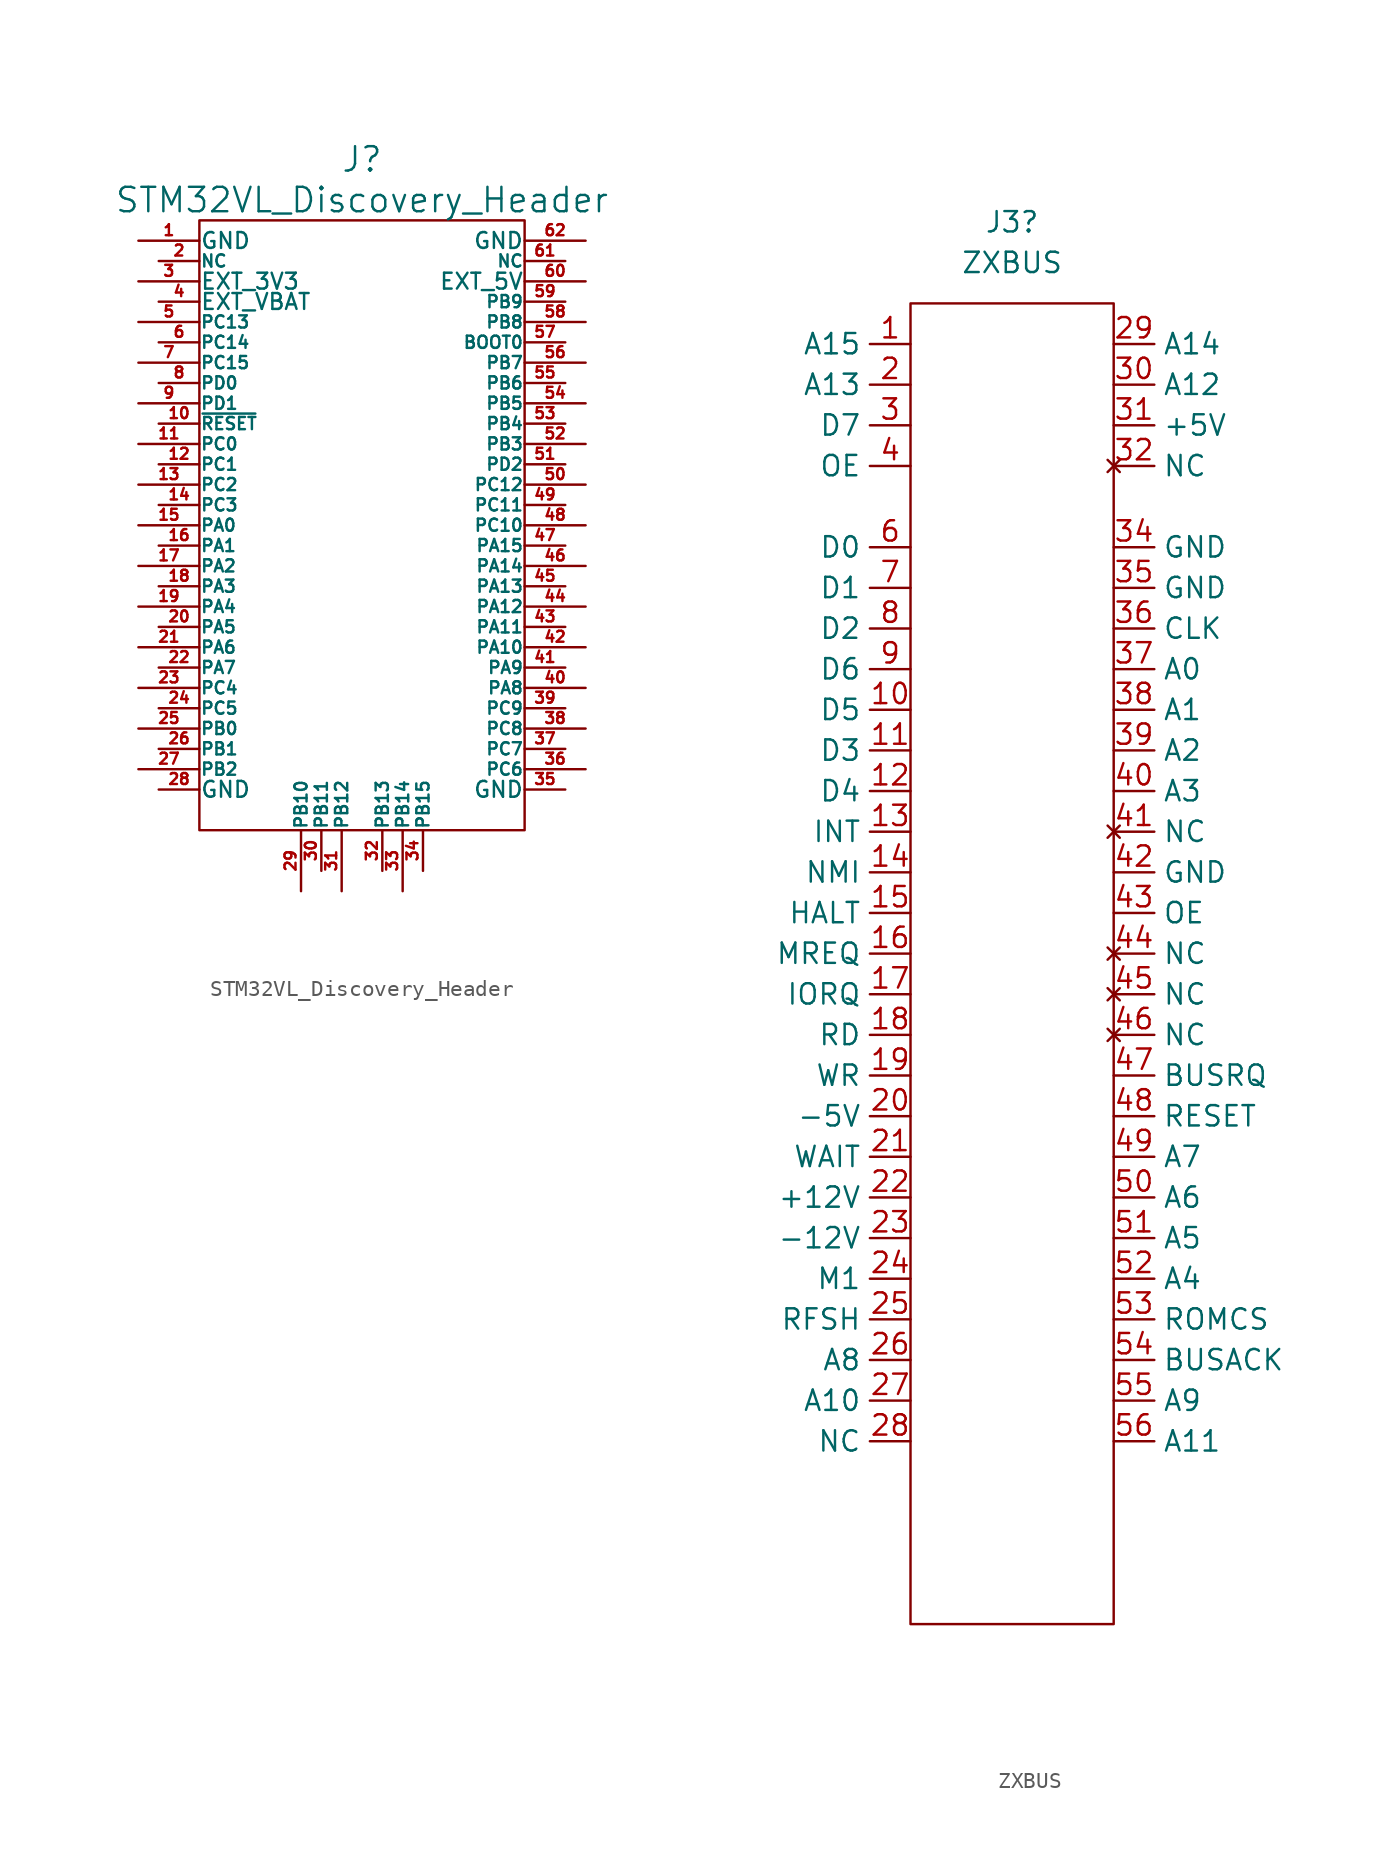
<source format=kicad_sym>
(kicad_symbol_lib
  (version 20211014)
  (generator kicad_symbol_editor)
  (symbol "STM32VL_Discovery_Header"
    (pin_names
      (offset 0.025))
    (property "Reference" "J"
      (at 0 22.86 0)
      (effects (font (size 1.524 1.524))))
    (property "Value" "STM32VL_Discovery_Header"
      (at 0 20.32 0)
      (effects (font (size 1.524 1.524))))
    (property "Footprint" ""
      (at 0 -2.54 0)
      (effects (font (size 1.524 1.524))))
    (property "Datasheet" ""
      (at 0 -2.54 0)
      (effects (font (size 1.524 1.524))))
    (symbol "STM32VL_Discovery_Header_0_1"
      (rectangle (start -10.16 19.05) (end 10.16 -19.05) (stroke (width 0) (type default) (color 0 0 0 0)) (fill (type none))))
    (symbol "STM32VL_Discovery_Header_1_1"
      (pin passive line (at -13.97 17.78 0) (length 3.81) (name "GND" (effects (font (size 0.991 0.991)))) (number "1" (effects (font (size 0.686 0.686)))))
      (pin passive line (at -12.7 6.35 0) (length 2.54) (name "~{RESET}" (effects (font (size 0.762 0.762)))) (number "10" (effects (font (size 0.686 0.686)))))
      (pin passive line (at -13.97 5.08 0) (length 3.81) (name "PC0" (effects (font (size 0.762 0.762)))) (number "11" (effects (font (size 0.686 0.686)))))
      (pin passive line (at -12.7 3.81 0) (length 2.54) (name "PC1" (effects (font (size 0.762 0.762)))) (number "12" (effects (font (size 0.686 0.686)))))
      (pin passive line (at -13.97 2.54 0) (length 3.81) (name "PC2" (effects (font (size 0.762 0.762)))) (number "13" (effects (font (size 0.686 0.686)))))
      (pin passive line (at -12.7 1.27 0) (length 2.54) (name "PC3" (effects (font (size 0.762 0.762)))) (number "14" (effects (font (size 0.686 0.686)))))
      (pin passive line (at -13.97 0 0) (length 3.81) (name "PA0" (effects (font (size 0.762 0.762)))) (number "15" (effects (font (size 0.686 0.686)))))
      (pin passive line (at -12.7 -1.27 0) (length 2.54) (name "PA1" (effects (font (size 0.762 0.762)))) (number "16" (effects (font (size 0.686 0.686)))))
      (pin passive line (at -13.97 -2.54 0) (length 3.81) (name "PA2" (effects (font (size 0.762 0.762)))) (number "17" (effects (font (size 0.686 0.686)))))
      (pin passive line (at -12.7 -3.81 0) (length 2.54) (name "PA3" (effects (font (size 0.762 0.762)))) (number "18" (effects (font (size 0.686 0.686)))))
      (pin passive line (at -13.97 -5.08 0) (length 3.81) (name "PA4" (effects (font (size 0.762 0.762)))) (number "19" (effects (font (size 0.686 0.686)))))
      (pin passive line (at -12.7 16.51 0) (length 2.54) (name "NC" (effects (font (size 0.762 0.762)))) (number "2" (effects (font (size 0.686 0.686)))))
      (pin passive line (at -12.7 -6.35 0) (length 2.54) (name "PA5" (effects (font (size 0.762 0.762)))) (number "20" (effects (font (size 0.686 0.686)))))
      (pin passive line (at -13.97 -7.62 0) (length 3.81) (name "PA6" (effects (font (size 0.762 0.762)))) (number "21" (effects (font (size 0.686 0.686)))))
      (pin passive line (at -12.7 -8.89 0) (length 2.54) (name "PA7" (effects (font (size 0.762 0.762)))) (number "22" (effects (font (size 0.686 0.686)))))
      (pin passive line (at -13.97 -10.16 0) (length 3.81) (name "PC4" (effects (font (size 0.762 0.762)))) (number "23" (effects (font (size 0.686 0.686)))))
      (pin passive line (at -12.7 -11.43 0) (length 2.54) (name "PC5" (effects (font (size 0.762 0.762)))) (number "24" (effects (font (size 0.686 0.686)))))
      (pin passive line (at -13.97 -12.7 0) (length 3.81) (name "PB0" (effects (font (size 0.762 0.762)))) (number "25" (effects (font (size 0.686 0.686)))))
      (pin passive line (at -12.7 -13.97 0) (length 2.54) (name "PB1" (effects (font (size 0.762 0.762)))) (number "26" (effects (font (size 0.686 0.686)))))
      (pin passive line (at -13.97 -15.24 0) (length 3.81) (name "PB2" (effects (font (size 0.762 0.762)))) (number "27" (effects (font (size 0.686 0.686)))))
      (pin passive line (at -12.7 -16.51 0) (length 2.54) (name "GND" (effects (font (size 0.991 0.991)))) (number "28" (effects (font (size 0.686 0.686)))))
      (pin passive line (at -3.81 -22.86 90) (length 3.81) (name "PB10" (effects (font (size 0.762 0.762)))) (number "29" (effects (font (size 0.686 0.686)))))
      (pin passive line (at -13.97 15.24 0) (length 3.81) (name "EXT_3V3" (effects (font (size 0.991 0.991)))) (number "3" (effects (font (size 0.686 0.686)))))
      (pin passive line (at -2.54 -21.59 90) (length 2.54) (name "PB11" (effects (font (size 0.762 0.762)))) (number "30" (effects (font (size 0.686 0.686)))))
      (pin passive line (at -1.27 -22.86 90) (length 3.81) (name "PB12" (effects (font (size 0.762 0.762)))) (number "31" (effects (font (size 0.686 0.686)))))
      (pin passive line (at 1.27 -21.59 90) (length 2.54) (name "PB13" (effects (font (size 0.762 0.762)))) (number "32" (effects (font (size 0.686 0.686)))))
      (pin passive line (at 2.54 -22.86 90) (length 3.81) (name "PB14" (effects (font (size 0.762 0.762)))) (number "33" (effects (font (size 0.686 0.686)))))
      (pin passive line (at 3.81 -21.59 90) (length 2.54) (name "PB15" (effects (font (size 0.762 0.762)))) (number "34" (effects (font (size 0.686 0.686)))))
      (pin passive line (at 12.7 -16.51 180) (length 2.54) (name "GND" (effects (font (size 0.991 0.991)))) (number "35" (effects (font (size 0.686 0.686)))))
      (pin passive line (at 13.97 -15.24 180) (length 3.81) (name "PC6" (effects (font (size 0.762 0.762)))) (number "36" (effects (font (size 0.686 0.686)))))
      (pin passive line (at 12.7 -13.97 180) (length 2.54) (name "PC7" (effects (font (size 0.762 0.762)))) (number "37" (effects (font (size 0.686 0.686)))))
      (pin passive line (at 13.97 -12.7 180) (length 3.81) (name "PC8" (effects (font (size 0.762 0.762)))) (number "38" (effects (font (size 0.686 0.686)))))
      (pin passive line (at 12.7 -11.43 180) (length 2.54) (name "PC9" (effects (font (size 0.762 0.762)))) (number "39" (effects (font (size 0.686 0.686)))))
      (pin passive line (at -12.7 13.97 0) (length 2.54) (name "EXT_VBAT" (effects (font (size 0.991 0.991)))) (number "4" (effects (font (size 0.686 0.686)))))
      (pin passive line (at 13.97 -10.16 180) (length 3.81) (name "PA8" (effects (font (size 0.762 0.762)))) (number "40" (effects (font (size 0.686 0.686)))))
      (pin passive line (at 12.7 -8.89 180) (length 2.54) (name "PA9" (effects (font (size 0.762 0.762)))) (number "41" (effects (font (size 0.686 0.686)))))
      (pin passive line (at 13.97 -7.62 180) (length 3.81) (name "PA10" (effects (font (size 0.762 0.762)))) (number "42" (effects (font (size 0.686 0.686)))))
      (pin passive line (at 12.7 -6.35 180) (length 2.54) (name "PA11" (effects (font (size 0.762 0.762)))) (number "43" (effects (font (size 0.686 0.686)))))
      (pin passive line (at 13.97 -5.08 180) (length 3.81) (name "PA12" (effects (font (size 0.762 0.762)))) (number "44" (effects (font (size 0.686 0.686)))))
      (pin passive line (at 12.7 -3.81 180) (length 2.54) (name "PA13" (effects (font (size 0.762 0.762)))) (number "45" (effects (font (size 0.686 0.686)))))
      (pin passive line (at 13.97 -2.54 180) (length 3.81) (name "PA14" (effects (font (size 0.762 0.762)))) (number "46" (effects (font (size 0.686 0.686)))))
      (pin passive line (at 12.7 -1.27 180) (length 2.54) (name "PA15" (effects (font (size 0.762 0.762)))) (number "47" (effects (font (size 0.686 0.686)))))
      (pin passive line (at 13.97 0 180) (length 3.81) (name "PC10" (effects (font (size 0.762 0.762)))) (number "48" (effects (font (size 0.686 0.686)))))
      (pin passive line (at 12.7 1.27 180) (length 2.54) (name "PC11" (effects (font (size 0.762 0.762)))) (number "49" (effects (font (size 0.686 0.686)))))
      (pin passive line (at -13.97 12.7 0) (length 3.81) (name "PC13" (effects (font (size 0.762 0.762)))) (number "5" (effects (font (size 0.686 0.686)))))
      (pin passive line (at 13.97 2.54 180) (length 3.81) (name "PC12" (effects (font (size 0.762 0.762)))) (number "50" (effects (font (size 0.686 0.686)))))
      (pin passive line (at 12.7 3.81 180) (length 2.54) (name "PD2" (effects (font (size 0.762 0.762)))) (number "51" (effects (font (size 0.686 0.686)))))
      (pin passive line (at 13.97 5.08 180) (length 3.81) (name "PB3" (effects (font (size 0.762 0.762)))) (number "52" (effects (font (size 0.686 0.686)))))
      (pin passive line (at 12.7 6.35 180) (length 2.54) (name "PB4" (effects (font (size 0.762 0.762)))) (number "53" (effects (font (size 0.686 0.686)))))
      (pin passive line (at 13.97 7.62 180) (length 3.81) (name "PB5" (effects (font (size 0.762 0.762)))) (number "54" (effects (font (size 0.686 0.686)))))
      (pin passive line (at 12.7 8.89 180) (length 2.54) (name "PB6" (effects (font (size 0.762 0.762)))) (number "55" (effects (font (size 0.686 0.686)))))
      (pin passive line (at 13.97 10.16 180) (length 3.81) (name "PB7" (effects (font (size 0.762 0.762)))) (number "56" (effects (font (size 0.686 0.686)))))
      (pin passive line (at 12.7 11.43 180) (length 2.54) (name "BOOT0" (effects (font (size 0.762 0.762)))) (number "57" (effects (font (size 0.686 0.686)))))
      (pin passive line (at 13.97 12.7 180) (length 3.81) (name "PB8" (effects (font (size 0.762 0.762)))) (number "58" (effects (font (size 0.686 0.686)))))
      (pin passive line (at 12.7 13.97 180) (length 2.54) (name "PB9" (effects (font (size 0.762 0.762)))) (number "59" (effects (font (size 0.686 0.686)))))
      (pin passive line (at -12.7 11.43 0) (length 2.54) (name "PC14" (effects (font (size 0.762 0.762)))) (number "6" (effects (font (size 0.686 0.686)))))
      (pin passive line (at 13.97 15.24 180) (length 3.81) (name "EXT_5V" (effects (font (size 0.991 0.991)))) (number "60" (effects (font (size 0.686 0.686)))))
      (pin passive line (at 12.7 16.51 180) (length 2.54) (name "NC" (effects (font (size 0.762 0.762)))) (number "61" (effects (font (size 0.686 0.686)))))
      (pin passive line (at 13.97 17.78 180) (length 3.81) (name "GND" (effects (font (size 0.991 0.991)))) (number "62" (effects (font (size 0.686 0.686)))))
      (pin passive line (at -13.97 10.16 0) (length 3.81) (name "PC15" (effects (font (size 0.762 0.762)))) (number "7" (effects (font (size 0.686 0.686)))))
      (pin passive line (at -12.7 8.89 0) (length 2.54) (name "PD0" (effects (font (size 0.762 0.762)))) (number "8" (effects (font (size 0.686 0.686)))))
      (pin passive line (at -13.97 7.62 0) (length 3.81) (name "PD1" (effects (font (size 0.762 0.762)))) (number "9" (effects (font (size 0.686 0.686)))))))
  (symbol "ZXBUS"
    (property "Reference" "J3"
      (at 0 43.18 0)
      (effects (font (size 1.27 1.27))))
    (property "Value" "ZXBUS"
      (at 0 40.64 0)
      (effects (font (size 1.27 1.27))))
    (symbol "ZXBUS_0_1"
      (rectangle (start -6.35 38.1) (end 6.35 -44.45) (stroke (width 0) (type default) (color 0 0 0 0)) (fill (type none))))
    (symbol "ZXBUS_1_1"
      (pin input line (at -6.35 35.56 180) (length 2.54) (name "A15" (effects (font (size 1.27 1.27)))) (number "1" (effects (font (size 1.27 1.27)))))
      (pin input line (at -6.35 12.7 180) (length 2.54) (name "D5" (effects (font (size 1.27 1.27)))) (number "10" (effects (font (size 1.27 1.27)))))
      (pin input line (at -6.35 10.16 180) (length 2.54) (name "D3" (effects (font (size 1.27 1.27)))) (number "11" (effects (font (size 1.27 1.27)))))
      (pin input line (at -6.35 7.62 180) (length 2.54) (name "D4" (effects (font (size 1.27 1.27)))) (number "12" (effects (font (size 1.27 1.27)))))
      (pin input line (at -6.35 5.08 180) (length 2.54) (name "INT" (effects (font (size 1.27 1.27)))) (number "13" (effects (font (size 1.27 1.27)))))
      (pin input line (at -6.35 2.54 180) (length 2.54) (name "NMI" (effects (font (size 1.27 1.27)))) (number "14" (effects (font (size 1.27 1.27)))))
      (pin input line (at -6.35 0 180) (length 2.54) (name "HALT" (effects (font (size 1.27 1.27)))) (number "15" (effects (font (size 1.27 1.27)))))
      (pin input line (at -6.35 -2.54 180) (length 2.54) (name "MREQ" (effects (font (size 1.27 1.27)))) (number "16" (effects (font (size 1.27 1.27)))))
      (pin input line (at -6.35 -5.08 180) (length 2.54) (name "IORQ" (effects (font (size 1.27 1.27)))) (number "17" (effects (font (size 1.27 1.27)))))
      (pin input line (at -6.35 -7.62 180) (length 2.54) (name "RD" (effects (font (size 1.27 1.27)))) (number "18" (effects (font (size 1.27 1.27)))))
      (pin input line (at -6.35 -10.16 180) (length 2.54) (name "WR" (effects (font (size 1.27 1.27)))) (number "19" (effects (font (size 1.27 1.27)))))
      (pin input line (at -6.35 33.02 180) (length 2.54) (name "A13" (effects (font (size 1.27 1.27)))) (number "2" (effects (font (size 1.27 1.27)))))
      (pin input line (at -6.35 -12.7 180) (length 2.54) (name "-5V" (effects (font (size 1.27 1.27)))) (number "20" (effects (font (size 1.27 1.27)))))
      (pin input line (at -6.35 -15.24 180) (length 2.54) (name "WAIT" (effects (font (size 1.27 1.27)))) (number "21" (effects (font (size 1.27 1.27)))))
      (pin input line (at -6.35 -17.78 180) (length 2.54) (name "+12V" (effects (font (size 1.27 1.27)))) (number "22" (effects (font (size 1.27 1.27)))))
      (pin input line (at -6.35 -20.32 180) (length 2.54) (name "-12V" (effects (font (size 1.27 1.27)))) (number "23" (effects (font (size 1.27 1.27)))))
      (pin input line (at -6.35 -22.86 180) (length 2.54) (name "M1" (effects (font (size 1.27 1.27)))) (number "24" (effects (font (size 1.27 1.27)))))
      (pin input line (at -6.35 -25.4 180) (length 2.54) (name "RFSH" (effects (font (size 1.27 1.27)))) (number "25" (effects (font (size 1.27 1.27)))))
      (pin input line (at -6.35 -27.94 180) (length 2.54) (name "A8" (effects (font (size 1.27 1.27)))) (number "26" (effects (font (size 1.27 1.27)))))
      (pin input line (at -6.35 -30.48 180) (length 2.54) (name "A10" (effects (font (size 1.27 1.27)))) (number "27" (effects (font (size 1.27 1.27)))))
      (pin input line (at -6.35 -33.02 180) (length 2.54) (name "NC" (effects (font (size 1.27 1.27)))) (number "28" (effects (font (size 1.27 1.27)))))
      (pin input line (at 6.35 35.56 0) (length 2.54) (name "A14" (effects (font (size 1.27 1.27)))) (number "29" (effects (font (size 1.27 1.27)))))
      (pin input line (at -6.35 30.48 180) (length 2.54) (name "D7" (effects (font (size 1.27 1.27)))) (number "3" (effects (font (size 1.27 1.27)))))
      (pin input line (at 6.35 33.02 0) (length 2.54) (name "A12" (effects (font (size 1.27 1.27)))) (number "30" (effects (font (size 1.27 1.27)))))
      (pin input line (at 6.35 30.48 0) (length 2.54) (name "+5V" (effects (font (size 1.27 1.27)))) (number "31" (effects (font (size 1.27 1.27)))))
      (pin no_connect line (at 6.35 27.94 0) (length 2.54) (name "NC" (effects (font (size 1.27 1.27)))) (number "32" (effects (font (size 1.27 1.27)))))
      (pin input line (at 6.35 22.86 0) (length 2.54) (name "GND" (effects (font (size 1.27 1.27)))) (number "34" (effects (font (size 1.27 1.27)))))
      (pin input line (at 6.35 20.32 0) (length 2.54) (name "GND" (effects (font (size 1.27 1.27)))) (number "35" (effects (font (size 1.27 1.27)))))
      (pin input line (at 6.35 17.78 0) (length 2.54) (name "CLK" (effects (font (size 1.27 1.27)))) (number "36" (effects (font (size 1.27 1.27)))))
      (pin input line (at 6.35 15.24 0) (length 2.54) (name "A0" (effects (font (size 1.27 1.27)))) (number "37" (effects (font (size 1.27 1.27)))))
      (pin input line (at 6.35 12.7 0) (length 2.54) (name "A1" (effects (font (size 1.27 1.27)))) (number "38" (effects (font (size 1.27 1.27)))))
      (pin input line (at 6.35 10.16 0) (length 2.54) (name "A2" (effects (font (size 1.27 1.27)))) (number "39" (effects (font (size 1.27 1.27)))))
      (pin input line (at -6.35 27.94 180) (length 2.54) (name "OE" (effects (font (size 1.27 1.27)))) (number "4" (effects (font (size 1.27 1.27)))))
      (pin input line (at 6.35 7.62 0) (length 2.54) (name "A3" (effects (font (size 1.27 1.27)))) (number "40" (effects (font (size 1.27 1.27)))))
      (pin no_connect line (at 6.35 5.08 0) (length 2.54) (name "NC" (effects (font (size 1.27 1.27)))) (number "41" (effects (font (size 1.27 1.27)))))
      (pin input line (at 6.35 2.54 0) (length 2.54) (name "GND" (effects (font (size 1.27 1.27)))) (number "42" (effects (font (size 1.27 1.27)))))
      (pin input line (at 6.35 0 0) (length 2.54) (name "OE" (effects (font (size 1.27 1.27)))) (number "43" (effects (font (size 1.27 1.27)))))
      (pin no_connect line (at 6.35 -2.54 0) (length 2.54) (name "NC" (effects (font (size 1.27 1.27)))) (number "44" (effects (font (size 1.27 1.27)))))
      (pin no_connect line (at 6.35 -5.08 0) (length 2.54) (name "NC" (effects (font (size 1.27 1.27)))) (number "45" (effects (font (size 1.27 1.27)))))
      (pin no_connect line (at 6.35 -7.62 0) (length 2.54) (name "NC" (effects (font (size 1.27 1.27)))) (number "46" (effects (font (size 1.27 1.27)))))
      (pin input line (at 6.35 -10.16 0) (length 2.54) (name "BUSRQ" (effects (font (size 1.27 1.27)))) (number "47" (effects (font (size 1.27 1.27)))))
      (pin input line (at 6.35 -12.7 0) (length 2.54) (name "RESET" (effects (font (size 1.27 1.27)))) (number "48" (effects (font (size 1.27 1.27)))))
      (pin input line (at 6.35 -15.24 0) (length 2.54) (name "A7" (effects (font (size 1.27 1.27)))) (number "49" (effects (font (size 1.27 1.27)))))
      (pin input line (at 6.35 -17.78 0) (length 2.54) (name "A6" (effects (font (size 1.27 1.27)))) (number "50" (effects (font (size 1.27 1.27)))))
      (pin input line (at 6.35 -20.32 0) (length 2.54) (name "A5" (effects (font (size 1.27 1.27)))) (number "51" (effects (font (size 1.27 1.27)))))
      (pin input line (at 6.35 -22.86 0) (length 2.54) (name "A4" (effects (font (size 1.27 1.27)))) (number "52" (effects (font (size 1.27 1.27)))))
      (pin input line (at 6.35 -25.4 0) (length 2.54) (name "ROMCS" (effects (font (size 1.27 1.27)))) (number "53" (effects (font (size 1.27 1.27)))))
      (pin input line (at 6.35 -27.94 0) (length 2.54) (name "BUSACK" (effects (font (size 1.27 1.27)))) (number "54" (effects (font (size 1.27 1.27)))))
      (pin input line (at 6.35 -30.48 0) (length 2.54) (name "A9" (effects (font (size 1.27 1.27)))) (number "55" (effects (font (size 1.27 1.27)))))
      (pin input line (at 6.35 -33.02 0) (length 2.54) (name "A11" (effects (font (size 1.27 1.27)))) (number "56" (effects (font (size 1.27 1.27)))))
      (pin input line (at -6.35 22.86 180) (length 2.54) (name "D0" (effects (font (size 1.27 1.27)))) (number "6" (effects (font (size 1.27 1.27)))))
      (pin input line (at -6.35 20.32 180) (length 2.54) (name "D1" (effects (font (size 1.27 1.27)))) (number "7" (effects (font (size 1.27 1.27)))))
      (pin input line (at -6.35 17.78 180) (length 2.54) (name "D2" (effects (font (size 1.27 1.27)))) (number "8" (effects (font (size 1.27 1.27)))))
      (pin input line (at -6.35 15.24 180) (length 2.54) (name "D6" (effects (font (size 1.27 1.27)))) (number "9" (effects (font (size 1.27 1.27))))))))
</source>
